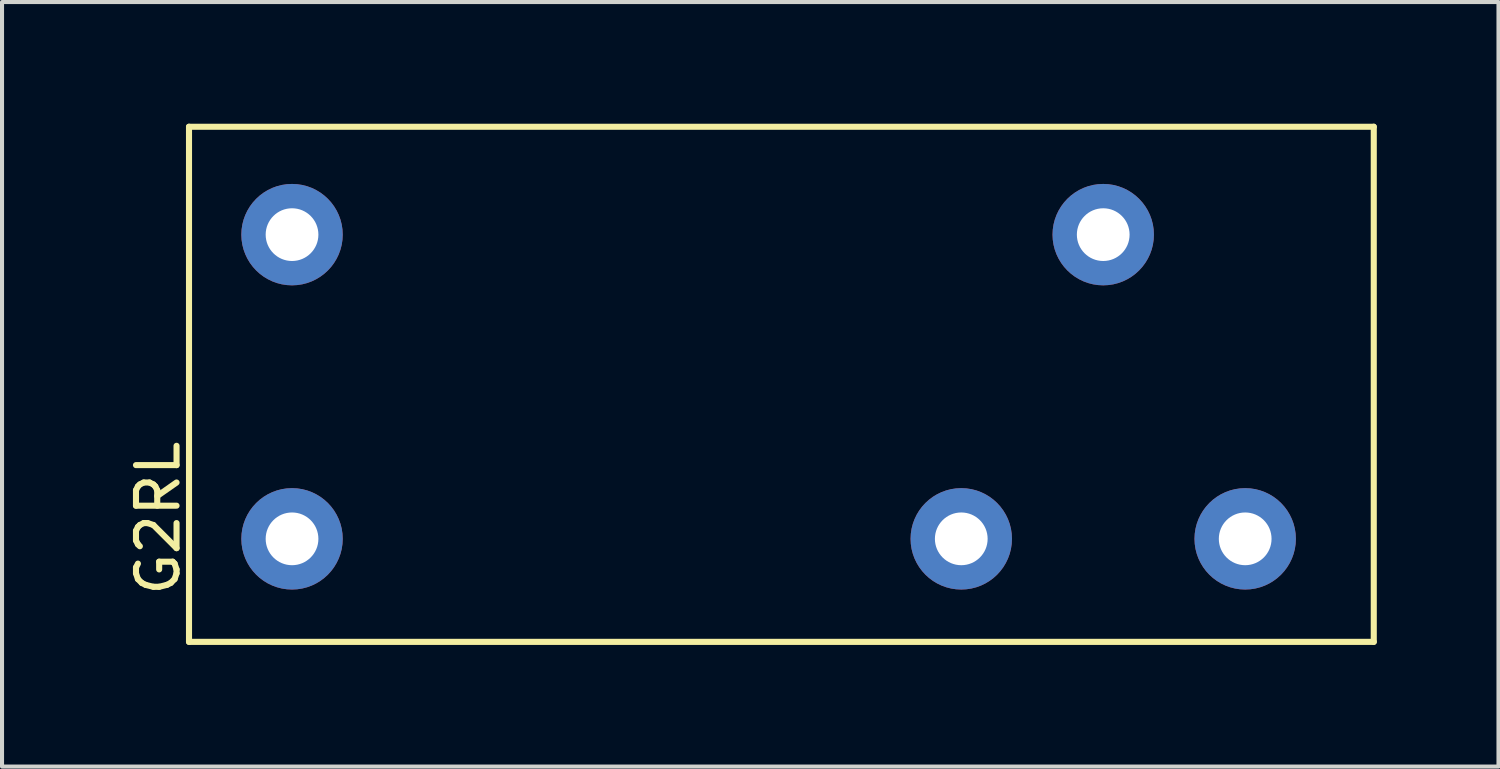
<source format=kicad_pcb>
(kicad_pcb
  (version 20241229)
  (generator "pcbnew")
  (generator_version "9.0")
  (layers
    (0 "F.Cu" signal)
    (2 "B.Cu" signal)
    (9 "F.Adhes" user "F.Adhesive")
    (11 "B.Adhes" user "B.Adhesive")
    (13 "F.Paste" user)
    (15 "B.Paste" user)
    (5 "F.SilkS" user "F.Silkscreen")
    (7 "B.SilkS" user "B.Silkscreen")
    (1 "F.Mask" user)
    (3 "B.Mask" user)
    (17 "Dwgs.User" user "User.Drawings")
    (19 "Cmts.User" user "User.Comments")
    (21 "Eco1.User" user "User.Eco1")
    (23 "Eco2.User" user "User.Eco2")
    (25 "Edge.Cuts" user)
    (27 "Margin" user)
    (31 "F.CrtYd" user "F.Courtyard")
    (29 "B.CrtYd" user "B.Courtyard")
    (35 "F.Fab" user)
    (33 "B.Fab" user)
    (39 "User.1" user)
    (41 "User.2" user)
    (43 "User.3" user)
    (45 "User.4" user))
  (footprint "G2RL"
    (layer "F.Cu")
    (at 16.85 6.425)
    (property "Reference" "G2RL" (at -16.002 3.302 90) (layer "F.SilkS") (effects (font (size 1 1) (thickness 0.15))))
    (attr through_hole)
    (fp_line (start -15.24 -6.35) (end 13.97 -6.35) (stroke (width 0.15) (type solid)) (layer "F.SilkS"))
    (fp_line (start -15.24 6.35) (end -15.24 -6.35) (stroke (width 0.15) (type solid)) (layer "F.SilkS"))
    (fp_line (start 13.97 -6.35) (end 13.97 6.35) (stroke (width 0.15) (type solid)) (layer "F.SilkS"))
    (fp_line (start 13.97 6.35) (end -15.24 6.35) (stroke (width 0.15) (type solid)) (layer "F.SilkS"))
    (pad "1" thru_hole circle (at 3.8 3.81) (size 2.5 2.5) (drill 1.3) (layers "*.Cu" "*.Mask"))
    (pad "2" thru_hole circle (at -12.7 -3.69) (size 2.5 2.5) (drill 1.3) (layers "*.Cu" "*.Mask"))
    (pad "5" thru_hole circle (at 7.3 -3.69) (size 2.5 2.5) (drill 1.3) (layers "*.Cu" "*.Mask"))
    (pad "9" thru_hole circle (at -12.7 3.81) (size 2.5 2.5) (drill 1.3) (layers "*.Cu" "*.Mask"))
    (pad "10" thru_hole circle (at 10.8 3.81) (size 2.5 2.5) (drill 1.3) (layers "*.Cu" "*.Mask")))
  (gr_rect
    (start -3 -3)
    (end 33.895 15.85)
    (stroke (width 0.1) (type default))
    (fill no)
    (layer "Edge.Cuts")))
</source>
